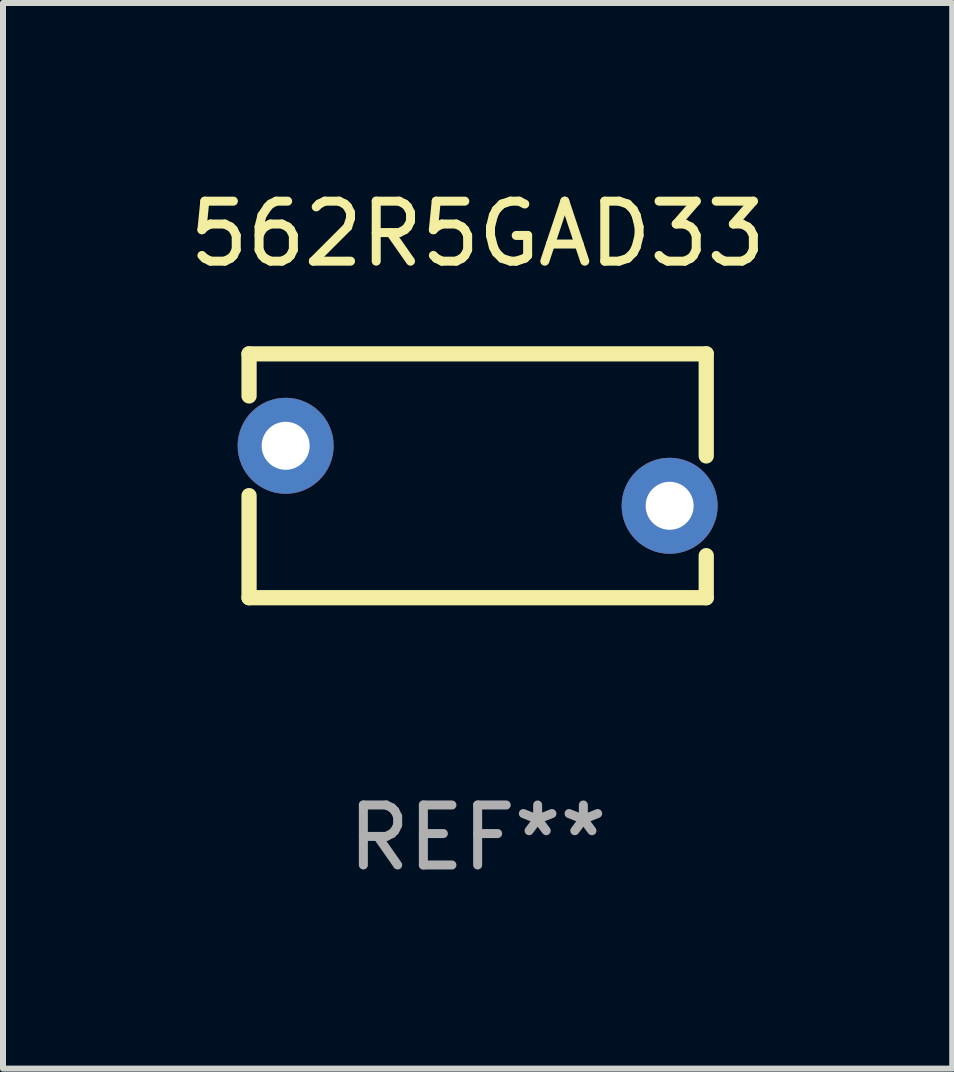
<source format=kicad_pcb>
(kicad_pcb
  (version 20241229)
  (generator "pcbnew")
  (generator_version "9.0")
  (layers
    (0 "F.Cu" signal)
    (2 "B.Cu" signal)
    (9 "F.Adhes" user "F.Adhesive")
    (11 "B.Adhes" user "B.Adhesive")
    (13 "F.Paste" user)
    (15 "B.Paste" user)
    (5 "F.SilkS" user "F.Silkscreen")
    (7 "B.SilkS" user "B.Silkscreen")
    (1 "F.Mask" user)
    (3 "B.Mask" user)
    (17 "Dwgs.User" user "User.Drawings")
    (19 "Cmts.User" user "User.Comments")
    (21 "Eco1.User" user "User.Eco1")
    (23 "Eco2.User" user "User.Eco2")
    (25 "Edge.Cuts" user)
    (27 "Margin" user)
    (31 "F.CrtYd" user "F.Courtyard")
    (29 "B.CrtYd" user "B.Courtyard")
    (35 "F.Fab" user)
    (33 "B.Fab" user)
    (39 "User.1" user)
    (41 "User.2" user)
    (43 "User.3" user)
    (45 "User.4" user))
  (footprint "562R5GAD33"
    (layer "F.Cu")
    (at 4.911 4.88)
    (property "Reference" "562R5GAD33" (at 0 -4.032 0) (layer "F.SilkS") (effects (font (size 1 1) (thickness 0.15))))
    (attr through_hole)
    (fp_line (start -3.81 -2.032) (end 3.81 -2.032) (stroke (width 0.254) (type solid)) (layer "F.SilkS"))
    (fp_line (start -3.81 -1.331) (end -3.81 -2.032) (stroke (width 0.254) (type solid)) (layer "F.SilkS"))
    (fp_line (start -3.81 2.032) (end -3.81 0.331) (stroke (width 0.254) (type solid)) (layer "F.SilkS"))
    (fp_line (start 3.81 -2.032) (end 3.81 -0.331) (stroke (width 0.254) (type solid)) (layer "F.SilkS"))
    (fp_line (start 3.81 1.331) (end 3.81 2.032) (stroke (width 0.254) (type solid)) (layer "F.SilkS"))
    (fp_line (start 3.81 2.032) (end -3.81 2.032) (stroke (width 0.254) (type solid)) (layer "F.SilkS"))
    (fp_circle (center -3.7 -2) (end -3.67 -2) (stroke (width 0.06) (type solid)) (fill no) (layer "F.SilkS"))
    (fp_text user "REF**" (at 0 6.032 0) (layer "F.Fab") (effects (font (size 1 1) (thickness 0.15))))
    (pad "1" thru_hole circle (at -3.2 -0.5) (size 1.6 1.6) (drill 0.8) (layers "*.Cu" "*.Mask"))
    (pad "2" thru_hole circle (at 3.2 0.5) (size 1.6 1.6) (drill 0.8) (layers "*.Cu" "*.Mask")))
  (gr_rect
    (start -3 -3)
    (end 12.821 14.761)
    (stroke (width 0.1) (type default))
    (fill no)
    (layer "Edge.Cuts")))
</source>
